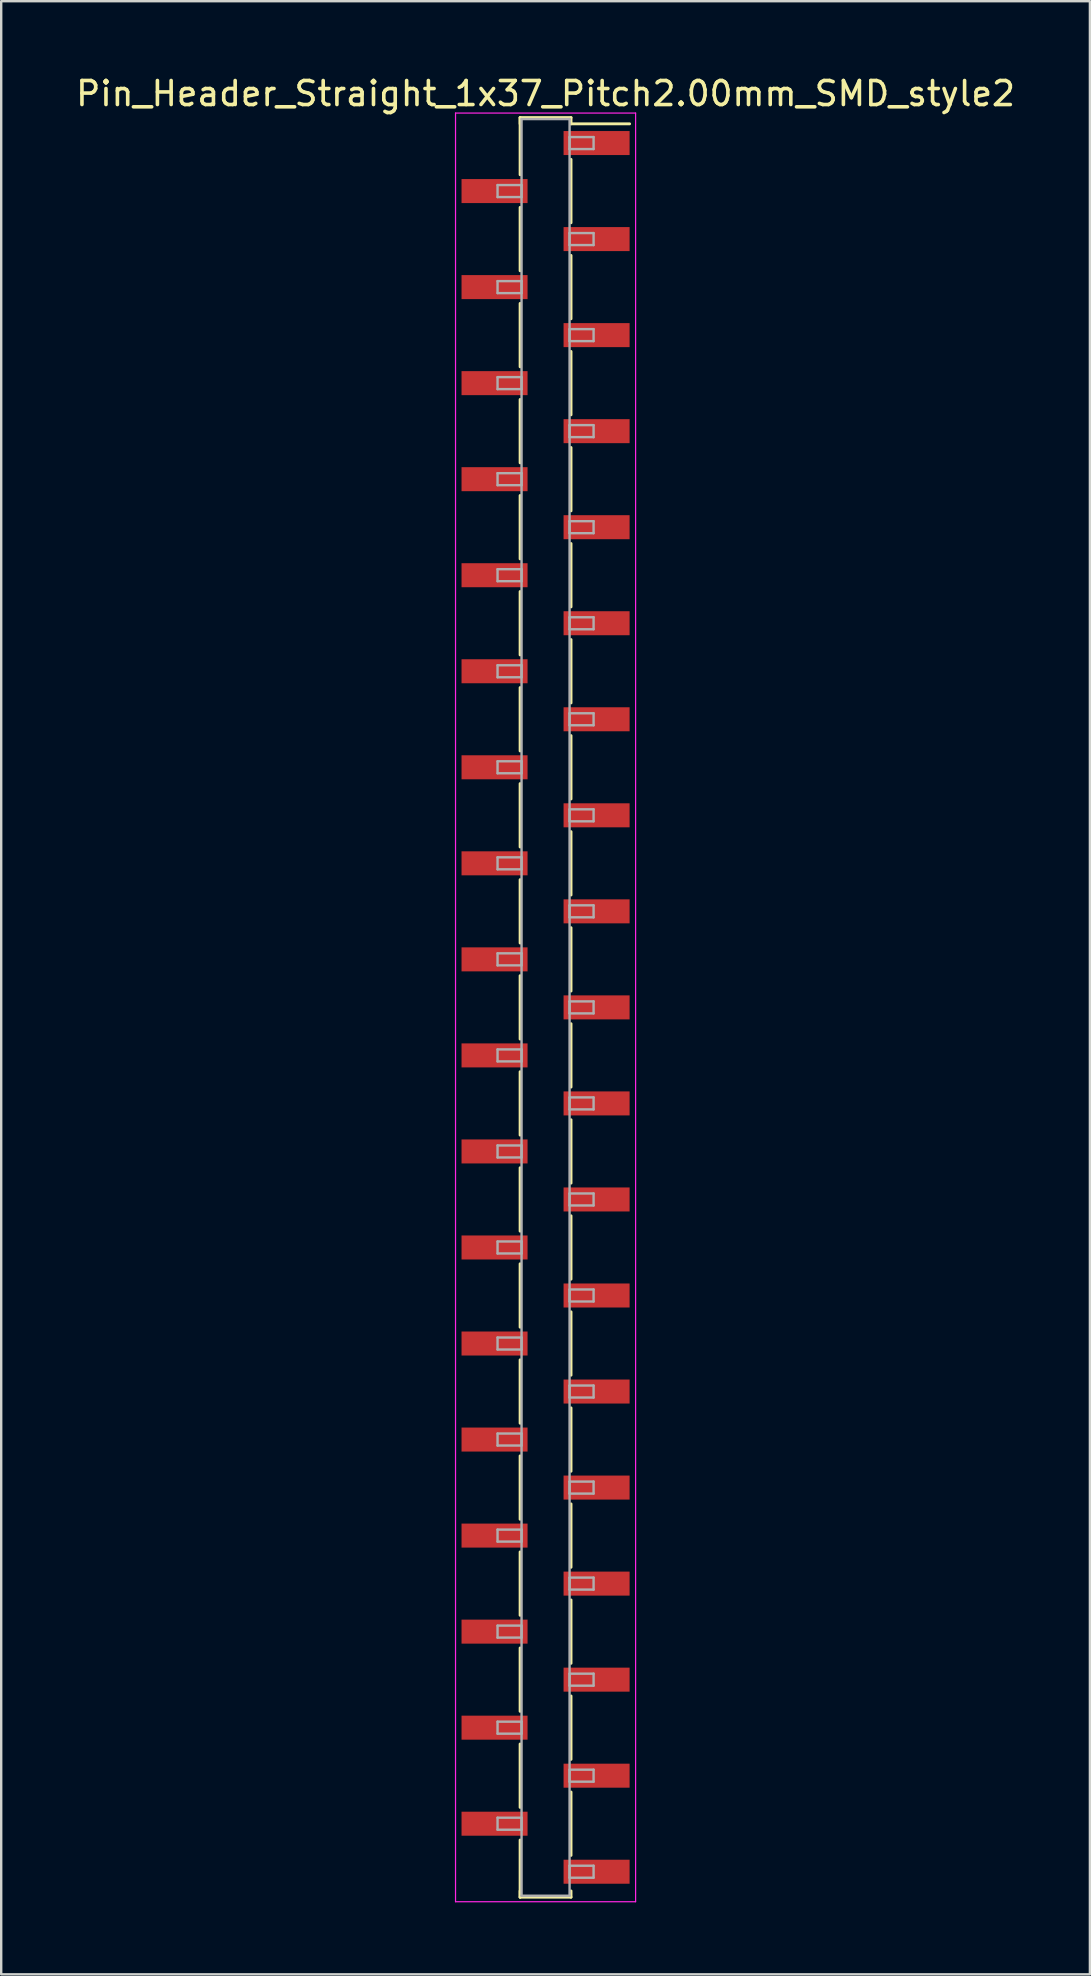
<source format=kicad_pcb>
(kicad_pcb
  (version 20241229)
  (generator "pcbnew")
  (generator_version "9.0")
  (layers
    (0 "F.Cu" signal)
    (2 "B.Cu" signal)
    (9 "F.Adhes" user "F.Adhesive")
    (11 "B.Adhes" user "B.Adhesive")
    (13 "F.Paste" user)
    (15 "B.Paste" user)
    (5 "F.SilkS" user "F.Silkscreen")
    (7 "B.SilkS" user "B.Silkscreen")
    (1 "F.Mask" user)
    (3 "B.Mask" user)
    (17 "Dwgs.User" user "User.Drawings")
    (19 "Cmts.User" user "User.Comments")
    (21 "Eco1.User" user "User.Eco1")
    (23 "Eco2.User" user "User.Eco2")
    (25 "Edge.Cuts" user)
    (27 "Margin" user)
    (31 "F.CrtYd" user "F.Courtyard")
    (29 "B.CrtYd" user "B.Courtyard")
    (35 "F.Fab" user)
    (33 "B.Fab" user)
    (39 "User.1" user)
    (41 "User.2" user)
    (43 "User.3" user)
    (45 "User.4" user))
  (footprint "Pin_Header_Straight_1x37_Pitch2.00mm_SMD_style2"
    (layer "F.Cu")
    (at 19.673 38.908)
    (property "Reference" "Pin_Header_Straight_1x37_Pitch2.00mm_SMD_style2" (at 0 -38.06 0) (layer "F.SilkS") (effects (font (size 1 1) (thickness 0.15))))
    (attr smd)
    (fp_line (start -1.06 -37.06) (end -1.06 -34.68) (stroke (width 0.12) (type solid)) (layer "F.SilkS"))
    (fp_line (start -1.06 -37.06) (end 1.06 -37.06) (stroke (width 0.12) (type solid)) (layer "F.SilkS"))
    (fp_line (start -1.06 -36.8) (end -1.06 -37.06) (stroke (width 0.12) (type solid)) (layer "F.SilkS"))
    (fp_line (start -1.06 -33.32) (end -1.06 -30.68) (stroke (width 0.12) (type solid)) (layer "F.SilkS"))
    (fp_line (start -1.06 -29.32) (end -1.06 -26.68) (stroke (width 0.12) (type solid)) (layer "F.SilkS"))
    (fp_line (start -1.06 -25.32) (end -1.06 -22.68) (stroke (width 0.12) (type solid)) (layer "F.SilkS"))
    (fp_line (start -1.06 -21.32) (end -1.06 -18.68) (stroke (width 0.12) (type solid)) (layer "F.SilkS"))
    (fp_line (start -1.06 -17.32) (end -1.06 -14.68) (stroke (width 0.12) (type solid)) (layer "F.SilkS"))
    (fp_line (start -1.06 -13.32) (end -1.06 -10.68) (stroke (width 0.12) (type solid)) (layer "F.SilkS"))
    (fp_line (start -1.06 -9.32) (end -1.06 -6.68) (stroke (width 0.12) (type solid)) (layer "F.SilkS"))
    (fp_line (start -1.06 -5.32) (end -1.06 -2.68) (stroke (width 0.12) (type solid)) (layer "F.SilkS"))
    (fp_line (start -1.06 -1.32) (end -1.06 1.32) (stroke (width 0.12) (type solid)) (layer "F.SilkS"))
    (fp_line (start -1.06 2.68) (end -1.06 5.32) (stroke (width 0.12) (type solid)) (layer "F.SilkS"))
    (fp_line (start -1.06 6.68) (end -1.06 9.32) (stroke (width 0.12) (type solid)) (layer "F.SilkS"))
    (fp_line (start -1.06 10.68) (end -1.06 13.32) (stroke (width 0.12) (type solid)) (layer "F.SilkS"))
    (fp_line (start -1.06 14.68) (end -1.06 17.32) (stroke (width 0.12) (type solid)) (layer "F.SilkS"))
    (fp_line (start -1.06 18.68) (end -1.06 21.32) (stroke (width 0.12) (type solid)) (layer "F.SilkS"))
    (fp_line (start -1.06 22.68) (end -1.06 25.32) (stroke (width 0.12) (type solid)) (layer "F.SilkS"))
    (fp_line (start -1.06 26.68) (end -1.06 29.32) (stroke (width 0.12) (type solid)) (layer "F.SilkS"))
    (fp_line (start -1.06 30.68) (end -1.06 33.32) (stroke (width 0.12) (type solid)) (layer "F.SilkS"))
    (fp_line (start -1.06 34.68) (end -1.06 37.06) (stroke (width 0.12) (type solid)) (layer "F.SilkS"))
    (fp_line (start -1.06 36.8) (end -1.06 37.06) (stroke (width 0.12) (type solid)) (layer "F.SilkS"))
    (fp_line (start -1.06 37.06) (end 1.06 37.06) (stroke (width 0.12) (type solid)) (layer "F.SilkS"))
    (fp_line (start 1.06 -37.06) (end 1.06 -36.8) (stroke (width 0.12) (type solid)) (layer "F.SilkS"))
    (fp_line (start 1.06 -36.8) (end 3.5 -36.8) (stroke (width 0.12) (type solid)) (layer "F.SilkS"))
    (fp_line (start 1.06 -35.32) (end 1.06 -32.68) (stroke (width 0.12) (type solid)) (layer "F.SilkS"))
    (fp_line (start 1.06 -31.32) (end 1.06 -28.68) (stroke (width 0.12) (type solid)) (layer "F.SilkS"))
    (fp_line (start 1.06 -27.32) (end 1.06 -24.68) (stroke (width 0.12) (type solid)) (layer "F.SilkS"))
    (fp_line (start 1.06 -23.32) (end 1.06 -20.68) (stroke (width 0.12) (type solid)) (layer "F.SilkS"))
    (fp_line (start 1.06 -19.32) (end 1.06 -16.68) (stroke (width 0.12) (type solid)) (layer "F.SilkS"))
    (fp_line (start 1.06 -15.32) (end 1.06 -12.68) (stroke (width 0.12) (type solid)) (layer "F.SilkS"))
    (fp_line (start 1.06 -11.32) (end 1.06 -8.68) (stroke (width 0.12) (type solid)) (layer "F.SilkS"))
    (fp_line (start 1.06 -7.32) (end 1.06 -4.68) (stroke (width 0.12) (type solid)) (layer "F.SilkS"))
    (fp_line (start 1.06 -3.32) (end 1.06 -0.68) (stroke (width 0.12) (type solid)) (layer "F.SilkS"))
    (fp_line (start 1.06 0.68) (end 1.06 3.32) (stroke (width 0.12) (type solid)) (layer "F.SilkS"))
    (fp_line (start 1.06 4.68) (end 1.06 7.32) (stroke (width 0.12) (type solid)) (layer "F.SilkS"))
    (fp_line (start 1.06 8.68) (end 1.06 11.32) (stroke (width 0.12) (type solid)) (layer "F.SilkS"))
    (fp_line (start 1.06 12.68) (end 1.06 15.32) (stroke (width 0.12) (type solid)) (layer "F.SilkS"))
    (fp_line (start 1.06 16.68) (end 1.06 19.32) (stroke (width 0.12) (type solid)) (layer "F.SilkS"))
    (fp_line (start 1.06 20.68) (end 1.06 23.32) (stroke (width 0.12) (type solid)) (layer "F.SilkS"))
    (fp_line (start 1.06 24.68) (end 1.06 27.32) (stroke (width 0.12) (type solid)) (layer "F.SilkS"))
    (fp_line (start 1.06 28.68) (end 1.06 31.32) (stroke (width 0.12) (type solid)) (layer "F.SilkS"))
    (fp_line (start 1.06 32.68) (end 1.06 35.32) (stroke (width 0.12) (type solid)) (layer "F.SilkS"))
    (fp_line (start 1.06 37.06) (end 1.06 36.8) (stroke (width 0.12) (type solid)) (layer "F.SilkS"))
    (fp_line (start -3.75 -37.25) (end -3.75 37.25) (stroke (width 0.05) (type solid)) (layer "F.CrtYd"))
    (fp_line (start -3.75 37.25) (end 3.75 37.25) (stroke (width 0.05) (type solid)) (layer "F.CrtYd"))
    (fp_line (start 3.75 -37.25) (end -3.75 -37.25) (stroke (width 0.05) (type solid)) (layer "F.CrtYd"))
    (fp_line (start 3.75 37.25) (end 3.75 -37.25) (stroke (width 0.05) (type solid)) (layer "F.CrtYd"))
    (fp_line (start -2 -34.25) (end -1 -34.25) (stroke (width 0.1) (type solid)) (layer "F.Fab"))
    (fp_line (start -2 -33.75) (end -2 -34.25) (stroke (width 0.1) (type solid)) (layer "F.Fab"))
    (fp_line (start -2 -30.25) (end -1 -30.25) (stroke (width 0.1) (type solid)) (layer "F.Fab"))
    (fp_line (start -2 -29.75) (end -2 -30.25) (stroke (width 0.1) (type solid)) (layer "F.Fab"))
    (fp_line (start -2 -26.25) (end -1 -26.25) (stroke (width 0.1) (type solid)) (layer "F.Fab"))
    (fp_line (start -2 -25.75) (end -2 -26.25) (stroke (width 0.1) (type solid)) (layer "F.Fab"))
    (fp_line (start -2 -22.25) (end -1 -22.25) (stroke (width 0.1) (type solid)) (layer "F.Fab"))
    (fp_line (start -2 -21.75) (end -2 -22.25) (stroke (width 0.1) (type solid)) (layer "F.Fab"))
    (fp_line (start -2 -18.25) (end -1 -18.25) (stroke (width 0.1) (type solid)) (layer "F.Fab"))
    (fp_line (start -2 -17.75) (end -2 -18.25) (stroke (width 0.1) (type solid)) (layer "F.Fab"))
    (fp_line (start -2 -14.25) (end -1 -14.25) (stroke (width 0.1) (type solid)) (layer "F.Fab"))
    (fp_line (start -2 -13.75) (end -2 -14.25) (stroke (width 0.1) (type solid)) (layer "F.Fab"))
    (fp_line (start -2 -10.25) (end -1 -10.25) (stroke (width 0.1) (type solid)) (layer "F.Fab"))
    (fp_line (start -2 -9.75) (end -2 -10.25) (stroke (width 0.1) (type solid)) (layer "F.Fab"))
    (fp_line (start -2 -6.25) (end -1 -6.25) (stroke (width 0.1) (type solid)) (layer "F.Fab"))
    (fp_line (start -2 -5.75) (end -2 -6.25) (stroke (width 0.1) (type solid)) (layer "F.Fab"))
    (fp_line (start -2 -2.25) (end -1 -2.25) (stroke (width 0.1) (type solid)) (layer "F.Fab"))
    (fp_line (start -2 -1.75) (end -2 -2.25) (stroke (width 0.1) (type solid)) (layer "F.Fab"))
    (fp_line (start -2 1.75) (end -1 1.75) (stroke (width 0.1) (type solid)) (layer "F.Fab"))
    (fp_line (start -2 2.25) (end -2 1.75) (stroke (width 0.1) (type solid)) (layer "F.Fab"))
    (fp_line (start -2 5.75) (end -1 5.75) (stroke (width 0.1) (type solid)) (layer "F.Fab"))
    (fp_line (start -2 6.25) (end -2 5.75) (stroke (width 0.1) (type solid)) (layer "F.Fab"))
    (fp_line (start -2 9.75) (end -1 9.75) (stroke (width 0.1) (type solid)) (layer "F.Fab"))
    (fp_line (start -2 10.25) (end -2 9.75) (stroke (width 0.1) (type solid)) (layer "F.Fab"))
    (fp_line (start -2 13.75) (end -1 13.75) (stroke (width 0.1) (type solid)) (layer "F.Fab"))
    (fp_line (start -2 14.25) (end -2 13.75) (stroke (width 0.1) (type solid)) (layer "F.Fab"))
    (fp_line (start -2 17.75) (end -1 17.75) (stroke (width 0.1) (type solid)) (layer "F.Fab"))
    (fp_line (start -2 18.25) (end -2 17.75) (stroke (width 0.1) (type solid)) (layer "F.Fab"))
    (fp_line (start -2 21.75) (end -1 21.75) (stroke (width 0.1) (type solid)) (layer "F.Fab"))
    (fp_line (start -2 22.25) (end -2 21.75) (stroke (width 0.1) (type solid)) (layer "F.Fab"))
    (fp_line (start -2 25.75) (end -1 25.75) (stroke (width 0.1) (type solid)) (layer "F.Fab"))
    (fp_line (start -2 26.25) (end -2 25.75) (stroke (width 0.1) (type solid)) (layer "F.Fab"))
    (fp_line (start -2 29.75) (end -1 29.75) (stroke (width 0.1) (type solid)) (layer "F.Fab"))
    (fp_line (start -2 30.25) (end -2 29.75) (stroke (width 0.1) (type solid)) (layer "F.Fab"))
    (fp_line (start -2 33.75) (end -1 33.75) (stroke (width 0.1) (type solid)) (layer "F.Fab"))
    (fp_line (start -2 34.25) (end -2 33.75) (stroke (width 0.1) (type solid)) (layer "F.Fab"))
    (fp_line (start -1 -37) (end -1 37) (stroke (width 0.1) (type solid)) (layer "F.Fab"))
    (fp_line (start -1 -34.25) (end -1 -33.75) (stroke (width 0.1) (type solid)) (layer "F.Fab"))
    (fp_line (start -1 -33.75) (end -2 -33.75) (stroke (width 0.1) (type solid)) (layer "F.Fab"))
    (fp_line (start -1 -30.25) (end -1 -29.75) (stroke (width 0.1) (type solid)) (layer "F.Fab"))
    (fp_line (start -1 -29.75) (end -2 -29.75) (stroke (width 0.1) (type solid)) (layer "F.Fab"))
    (fp_line (start -1 -26.25) (end -1 -25.75) (stroke (width 0.1) (type solid)) (layer "F.Fab"))
    (fp_line (start -1 -25.75) (end -2 -25.75) (stroke (width 0.1) (type solid)) (layer "F.Fab"))
    (fp_line (start -1 -22.25) (end -1 -21.75) (stroke (width 0.1) (type solid)) (layer "F.Fab"))
    (fp_line (start -1 -21.75) (end -2 -21.75) (stroke (width 0.1) (type solid)) (layer "F.Fab"))
    (fp_line (start -1 -18.25) (end -1 -17.75) (stroke (width 0.1) (type solid)) (layer "F.Fab"))
    (fp_line (start -1 -17.75) (end -2 -17.75) (stroke (width 0.1) (type solid)) (layer "F.Fab"))
    (fp_line (start -1 -14.25) (end -1 -13.75) (stroke (width 0.1) (type solid)) (layer "F.Fab"))
    (fp_line (start -1 -13.75) (end -2 -13.75) (stroke (width 0.1) (type solid)) (layer "F.Fab"))
    (fp_line (start -1 -10.25) (end -1 -9.75) (stroke (width 0.1) (type solid)) (layer "F.Fab"))
    (fp_line (start -1 -9.75) (end -2 -9.75) (stroke (width 0.1) (type solid)) (layer "F.Fab"))
    (fp_line (start -1 -6.25) (end -1 -5.75) (stroke (width 0.1) (type solid)) (layer "F.Fab"))
    (fp_line (start -1 -5.75) (end -2 -5.75) (stroke (width 0.1) (type solid)) (layer "F.Fab"))
    (fp_line (start -1 -2.25) (end -1 -1.75) (stroke (width 0.1) (type solid)) (layer "F.Fab"))
    (fp_line (start -1 -1.75) (end -2 -1.75) (stroke (width 0.1) (type solid)) (layer "F.Fab"))
    (fp_line (start -1 1.75) (end -1 2.25) (stroke (width 0.1) (type solid)) (layer "F.Fab"))
    (fp_line (start -1 2.25) (end -2 2.25) (stroke (width 0.1) (type solid)) (layer "F.Fab"))
    (fp_line (start -1 5.75) (end -1 6.25) (stroke (width 0.1) (type solid)) (layer "F.Fab"))
    (fp_line (start -1 6.25) (end -2 6.25) (stroke (width 0.1) (type solid)) (layer "F.Fab"))
    (fp_line (start -1 9.75) (end -1 10.25) (stroke (width 0.1) (type solid)) (layer "F.Fab"))
    (fp_line (start -1 10.25) (end -2 10.25) (stroke (width 0.1) (type solid)) (layer "F.Fab"))
    (fp_line (start -1 13.75) (end -1 14.25) (stroke (width 0.1) (type solid)) (layer "F.Fab"))
    (fp_line (start -1 14.25) (end -2 14.25) (stroke (width 0.1) (type solid)) (layer "F.Fab"))
    (fp_line (start -1 17.75) (end -1 18.25) (stroke (width 0.1) (type solid)) (layer "F.Fab"))
    (fp_line (start -1 18.25) (end -2 18.25) (stroke (width 0.1) (type solid)) (layer "F.Fab"))
    (fp_line (start -1 21.75) (end -1 22.25) (stroke (width 0.1) (type solid)) (layer "F.Fab"))
    (fp_line (start -1 22.25) (end -2 22.25) (stroke (width 0.1) (type solid)) (layer "F.Fab"))
    (fp_line (start -1 25.75) (end -1 26.25) (stroke (width 0.1) (type solid)) (layer "F.Fab"))
    (fp_line (start -1 26.25) (end -2 26.25) (stroke (width 0.1) (type solid)) (layer "F.Fab"))
    (fp_line (start -1 29.75) (end -1 30.25) (stroke (width 0.1) (type solid)) (layer "F.Fab"))
    (fp_line (start -1 30.25) (end -2 30.25) (stroke (width 0.1) (type solid)) (layer "F.Fab"))
    (fp_line (start -1 33.75) (end -1 34.25) (stroke (width 0.1) (type solid)) (layer "F.Fab"))
    (fp_line (start -1 34.25) (end -2 34.25) (stroke (width 0.1) (type solid)) (layer "F.Fab"))
    (fp_line (start -1 37) (end 1 37) (stroke (width 0.1) (type solid)) (layer "F.Fab"))
    (fp_line (start 1 -37) (end -1 -37) (stroke (width 0.1) (type solid)) (layer "F.Fab"))
    (fp_line (start 1 -36.25) (end 1 -35.75) (stroke (width 0.1) (type solid)) (layer "F.Fab"))
    (fp_line (start 1 -35.75) (end 2 -35.75) (stroke (width 0.1) (type solid)) (layer "F.Fab"))
    (fp_line (start 1 -32.25) (end 1 -31.75) (stroke (width 0.1) (type solid)) (layer "F.Fab"))
    (fp_line (start 1 -31.75) (end 2 -31.75) (stroke (width 0.1) (type solid)) (layer "F.Fab"))
    (fp_line (start 1 -28.25) (end 1 -27.75) (stroke (width 0.1) (type solid)) (layer "F.Fab"))
    (fp_line (start 1 -27.75) (end 2 -27.75) (stroke (width 0.1) (type solid)) (layer "F.Fab"))
    (fp_line (start 1 -24.25) (end 1 -23.75) (stroke (width 0.1) (type solid)) (layer "F.Fab"))
    (fp_line (start 1 -23.75) (end 2 -23.75) (stroke (width 0.1) (type solid)) (layer "F.Fab"))
    (fp_line (start 1 -20.25) (end 1 -19.75) (stroke (width 0.1) (type solid)) (layer "F.Fab"))
    (fp_line (start 1 -19.75) (end 2 -19.75) (stroke (width 0.1) (type solid)) (layer "F.Fab"))
    (fp_line (start 1 -16.25) (end 1 -15.75) (stroke (width 0.1) (type solid)) (layer "F.Fab"))
    (fp_line (start 1 -15.75) (end 2 -15.75) (stroke (width 0.1) (type solid)) (layer "F.Fab"))
    (fp_line (start 1 -12.25) (end 1 -11.75) (stroke (width 0.1) (type solid)) (layer "F.Fab"))
    (fp_line (start 1 -11.75) (end 2 -11.75) (stroke (width 0.1) (type solid)) (layer "F.Fab"))
    (fp_line (start 1 -8.25) (end 1 -7.75) (stroke (width 0.1) (type solid)) (layer "F.Fab"))
    (fp_line (start 1 -7.75) (end 2 -7.75) (stroke (width 0.1) (type solid)) (layer "F.Fab"))
    (fp_line (start 1 -4.25) (end 1 -3.75) (stroke (width 0.1) (type solid)) (layer "F.Fab"))
    (fp_line (start 1 -3.75) (end 2 -3.75) (stroke (width 0.1) (type solid)) (layer "F.Fab"))
    (fp_line (start 1 -0.25) (end 1 0.25) (stroke (width 0.1) (type solid)) (layer "F.Fab"))
    (fp_line (start 1 0.25) (end 2 0.25) (stroke (width 0.1) (type solid)) (layer "F.Fab"))
    (fp_line (start 1 3.75) (end 1 4.25) (stroke (width 0.1) (type solid)) (layer "F.Fab"))
    (fp_line (start 1 4.25) (end 2 4.25) (stroke (width 0.1) (type solid)) (layer "F.Fab"))
    (fp_line (start 1 7.75) (end 1 8.25) (stroke (width 0.1) (type solid)) (layer "F.Fab"))
    (fp_line (start 1 8.25) (end 2 8.25) (stroke (width 0.1) (type solid)) (layer "F.Fab"))
    (fp_line (start 1 11.75) (end 1 12.25) (stroke (width 0.1) (type solid)) (layer "F.Fab"))
    (fp_line (start 1 12.25) (end 2 12.25) (stroke (width 0.1) (type solid)) (layer "F.Fab"))
    (fp_line (start 1 15.75) (end 1 16.25) (stroke (width 0.1) (type solid)) (layer "F.Fab"))
    (fp_line (start 1 16.25) (end 2 16.25) (stroke (width 0.1) (type solid)) (layer "F.Fab"))
    (fp_line (start 1 19.75) (end 1 20.25) (stroke (width 0.1) (type solid)) (layer "F.Fab"))
    (fp_line (start 1 20.25) (end 2 20.25) (stroke (width 0.1) (type solid)) (layer "F.Fab"))
    (fp_line (start 1 23.75) (end 1 24.25) (stroke (width 0.1) (type solid)) (layer "F.Fab"))
    (fp_line (start 1 24.25) (end 2 24.25) (stroke (width 0.1) (type solid)) (layer "F.Fab"))
    (fp_line (start 1 27.75) (end 1 28.25) (stroke (width 0.1) (type solid)) (layer "F.Fab"))
    (fp_line (start 1 28.25) (end 2 28.25) (stroke (width 0.1) (type solid)) (layer "F.Fab"))
    (fp_line (start 1 31.75) (end 1 32.25) (stroke (width 0.1) (type solid)) (layer "F.Fab"))
    (fp_line (start 1 32.25) (end 2 32.25) (stroke (width 0.1) (type solid)) (layer "F.Fab"))
    (fp_line (start 1 35.75) (end 1 36.25) (stroke (width 0.1) (type solid)) (layer "F.Fab"))
    (fp_line (start 1 36.25) (end 2 36.25) (stroke (width 0.1) (type solid)) (layer "F.Fab"))
    (fp_line (start 1 37) (end 1 -37) (stroke (width 0.1) (type solid)) (layer "F.Fab"))
    (fp_line (start 2 -36.25) (end 1 -36.25) (stroke (width 0.1) (type solid)) (layer "F.Fab"))
    (fp_line (start 2 -35.75) (end 2 -36.25) (stroke (width 0.1) (type solid)) (layer "F.Fab"))
    (fp_line (start 2 -32.25) (end 1 -32.25) (stroke (width 0.1) (type solid)) (layer "F.Fab"))
    (fp_line (start 2 -31.75) (end 2 -32.25) (stroke (width 0.1) (type solid)) (layer "F.Fab"))
    (fp_line (start 2 -28.25) (end 1 -28.25) (stroke (width 0.1) (type solid)) (layer "F.Fab"))
    (fp_line (start 2 -27.75) (end 2 -28.25) (stroke (width 0.1) (type solid)) (layer "F.Fab"))
    (fp_line (start 2 -24.25) (end 1 -24.25) (stroke (width 0.1) (type solid)) (layer "F.Fab"))
    (fp_line (start 2 -23.75) (end 2 -24.25) (stroke (width 0.1) (type solid)) (layer "F.Fab"))
    (fp_line (start 2 -20.25) (end 1 -20.25) (stroke (width 0.1) (type solid)) (layer "F.Fab"))
    (fp_line (start 2 -19.75) (end 2 -20.25) (stroke (width 0.1) (type solid)) (layer "F.Fab"))
    (fp_line (start 2 -16.25) (end 1 -16.25) (stroke (width 0.1) (type solid)) (layer "F.Fab"))
    (fp_line (start 2 -15.75) (end 2 -16.25) (stroke (width 0.1) (type solid)) (layer "F.Fab"))
    (fp_line (start 2 -12.25) (end 1 -12.25) (stroke (width 0.1) (type solid)) (layer "F.Fab"))
    (fp_line (start 2 -11.75) (end 2 -12.25) (stroke (width 0.1) (type solid)) (layer "F.Fab"))
    (fp_line (start 2 -8.25) (end 1 -8.25) (stroke (width 0.1) (type solid)) (layer "F.Fab"))
    (fp_line (start 2 -7.75) (end 2 -8.25) (stroke (width 0.1) (type solid)) (layer "F.Fab"))
    (fp_line (start 2 -4.25) (end 1 -4.25) (stroke (width 0.1) (type solid)) (layer "F.Fab"))
    (fp_line (start 2 -3.75) (end 2 -4.25) (stroke (width 0.1) (type solid)) (layer "F.Fab"))
    (fp_line (start 2 -0.25) (end 1 -0.25) (stroke (width 0.1) (type solid)) (layer "F.Fab"))
    (fp_line (start 2 0.25) (end 2 -0.25) (stroke (width 0.1) (type solid)) (layer "F.Fab"))
    (fp_line (start 2 3.75) (end 1 3.75) (stroke (width 0.1) (type solid)) (layer "F.Fab"))
    (fp_line (start 2 4.25) (end 2 3.75) (stroke (width 0.1) (type solid)) (layer "F.Fab"))
    (fp_line (start 2 7.75) (end 1 7.75) (stroke (width 0.1) (type solid)) (layer "F.Fab"))
    (fp_line (start 2 8.25) (end 2 7.75) (stroke (width 0.1) (type solid)) (layer "F.Fab"))
    (fp_line (start 2 11.75) (end 1 11.75) (stroke (width 0.1) (type solid)) (layer "F.Fab"))
    (fp_line (start 2 12.25) (end 2 11.75) (stroke (width 0.1) (type solid)) (layer "F.Fab"))
    (fp_line (start 2 15.75) (end 1 15.75) (stroke (width 0.1) (type solid)) (layer "F.Fab"))
    (fp_line (start 2 16.25) (end 2 15.75) (stroke (width 0.1) (type solid)) (layer "F.Fab"))
    (fp_line (start 2 19.75) (end 1 19.75) (stroke (width 0.1) (type solid)) (layer "F.Fab"))
    (fp_line (start 2 20.25) (end 2 19.75) (stroke (width 0.1) (type solid)) (layer "F.Fab"))
    (fp_line (start 2 23.75) (end 1 23.75) (stroke (width 0.1) (type solid)) (layer "F.Fab"))
    (fp_line (start 2 24.25) (end 2 23.75) (stroke (width 0.1) (type solid)) (layer "F.Fab"))
    (fp_line (start 2 27.75) (end 1 27.75) (stroke (width 0.1) (type solid)) (layer "F.Fab"))
    (fp_line (start 2 28.25) (end 2 27.75) (stroke (width 0.1) (type solid)) (layer "F.Fab"))
    (fp_line (start 2 31.75) (end 1 31.75) (stroke (width 0.1) (type solid)) (layer "F.Fab"))
    (fp_line (start 2 32.25) (end 2 31.75) (stroke (width 0.1) (type solid)) (layer "F.Fab"))
    (fp_line (start 2 35.75) (end 1 35.75) (stroke (width 0.1) (type solid)) (layer "F.Fab"))
    (fp_line (start 2 36.25) (end 2 35.75) (stroke (width 0.1) (type solid)) (layer "F.Fab"))
    (pad "1" smd rect (at 2.125 -36) (size 2.75 1) (layers "F.Cu" "F.Mask"))
    (pad "2" smd rect (at -2.125 -34) (size 2.75 1) (layers "F.Cu" "F.Mask"))
    (pad "3" smd rect (at 2.125 -32) (size 2.75 1) (layers "F.Cu" "F.Mask"))
    (pad "4" smd rect (at -2.125 -30) (size 2.75 1) (layers "F.Cu" "F.Mask"))
    (pad "5" smd rect (at 2.125 -28) (size 2.75 1) (layers "F.Cu" "F.Mask"))
    (pad "6" smd rect (at -2.125 -26) (size 2.75 1) (layers "F.Cu" "F.Mask"))
    (pad "7" smd rect (at 2.125 -24) (size 2.75 1) (layers "F.Cu" "F.Mask"))
    (pad "8" smd rect (at -2.125 -22) (size 2.75 1) (layers "F.Cu" "F.Mask"))
    (pad "9" smd rect (at 2.125 -20) (size 2.75 1) (layers "F.Cu" "F.Mask"))
    (pad "10" smd rect (at -2.125 -18) (size 2.75 1) (layers "F.Cu" "F.Mask"))
    (pad "11" smd rect (at 2.125 -16) (size 2.75 1) (layers "F.Cu" "F.Mask"))
    (pad "12" smd rect (at -2.125 -14) (size 2.75 1) (layers "F.Cu" "F.Mask"))
    (pad "13" smd rect (at 2.125 -12) (size 2.75 1) (layers "F.Cu" "F.Mask"))
    (pad "14" smd rect (at -2.125 -10) (size 2.75 1) (layers "F.Cu" "F.Mask"))
    (pad "15" smd rect (at 2.125 -8) (size 2.75 1) (layers "F.Cu" "F.Mask"))
    (pad "16" smd rect (at -2.125 -6) (size 2.75 1) (layers "F.Cu" "F.Mask"))
    (pad "17" smd rect (at 2.125 -4) (size 2.75 1) (layers "F.Cu" "F.Mask"))
    (pad "18" smd rect (at -2.125 -2) (size 2.75 1) (layers "F.Cu" "F.Mask"))
    (pad "19" smd rect (at 2.125 0) (size 2.75 1) (layers "F.Cu" "F.Mask"))
    (pad "20" smd rect (at -2.125 2) (size 2.75 1) (layers "F.Cu" "F.Mask"))
    (pad "21" smd rect (at 2.125 4) (size 2.75 1) (layers "F.Cu" "F.Mask"))
    (pad "22" smd rect (at -2.125 6) (size 2.75 1) (layers "F.Cu" "F.Mask"))
    (pad "23" smd rect (at 2.125 8) (size 2.75 1) (layers "F.Cu" "F.Mask"))
    (pad "24" smd rect (at -2.125 10) (size 2.75 1) (layers "F.Cu" "F.Mask"))
    (pad "25" smd rect (at 2.125 12) (size 2.75 1) (layers "F.Cu" "F.Mask"))
    (pad "26" smd rect (at -2.125 14) (size 2.75 1) (layers "F.Cu" "F.Mask"))
    (pad "27" smd rect (at 2.125 16) (size 2.75 1) (layers "F.Cu" "F.Mask"))
    (pad "28" smd rect (at -2.125 18) (size 2.75 1) (layers "F.Cu" "F.Mask"))
    (pad "29" smd rect (at 2.125 20) (size 2.75 1) (layers "F.Cu" "F.Mask"))
    (pad "30" smd rect (at -2.125 22) (size 2.75 1) (layers "F.Cu" "F.Mask"))
    (pad "31" smd rect (at 2.125 24) (size 2.75 1) (layers "F.Cu" "F.Mask"))
    (pad "32" smd rect (at -2.125 26) (size 2.75 1) (layers "F.Cu" "F.Mask"))
    (pad "33" smd rect (at 2.125 28) (size 2.75 1) (layers "F.Cu" "F.Mask"))
    (pad "34" smd rect (at -2.125 30) (size 2.75 1) (layers "F.Cu" "F.Mask"))
    (pad "35" smd rect (at 2.125 32) (size 2.75 1) (layers "F.Cu" "F.Mask"))
    (pad "36" smd rect (at -2.125 34) (size 2.75 1) (layers "F.Cu" "F.Mask"))
    (pad "37" smd rect (at 2.125 36) (size 2.75 1) (layers "F.Cu" "F.Mask")))
  (gr_rect
    (start -3 -3)
    (end 42.345 79.183)
    (stroke (width 0.1) (type default))
    (fill no)
    (layer "Edge.Cuts")))
</source>
